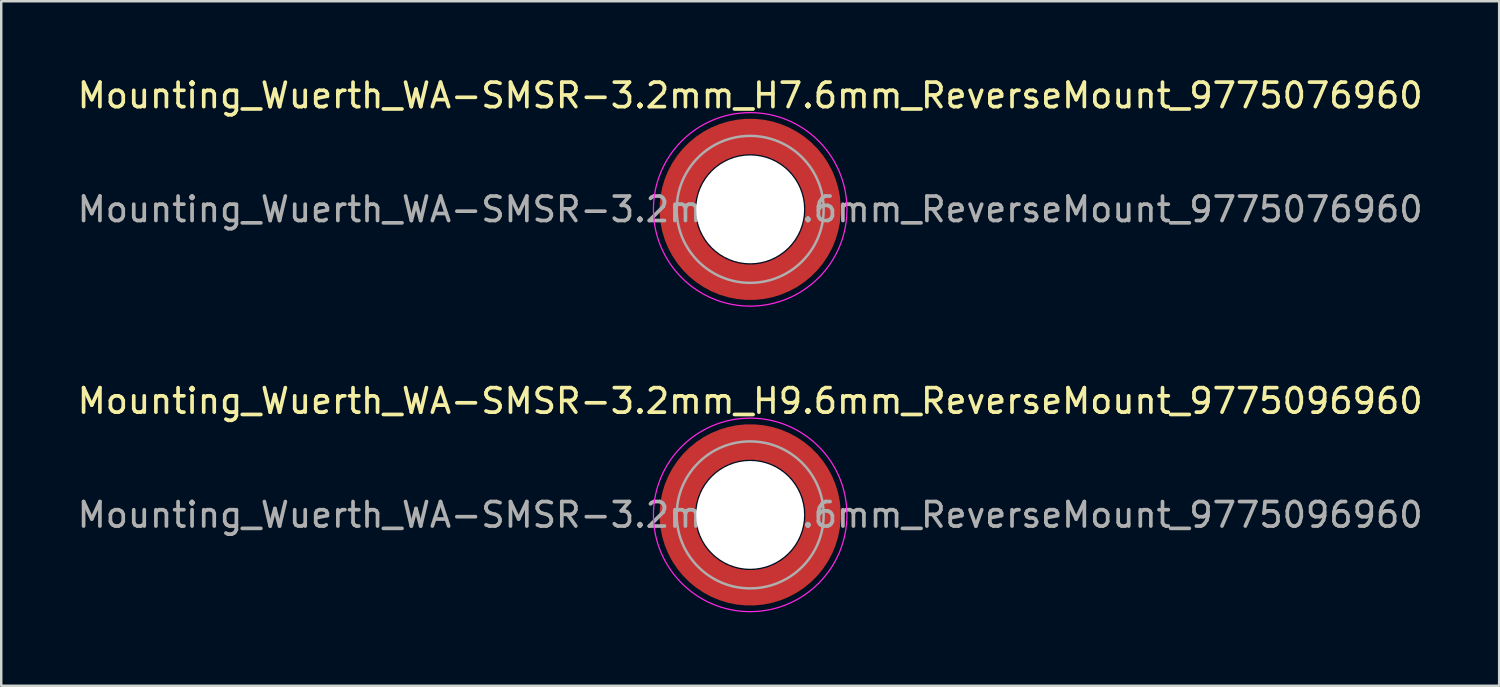
<source format=kicad_pcb>
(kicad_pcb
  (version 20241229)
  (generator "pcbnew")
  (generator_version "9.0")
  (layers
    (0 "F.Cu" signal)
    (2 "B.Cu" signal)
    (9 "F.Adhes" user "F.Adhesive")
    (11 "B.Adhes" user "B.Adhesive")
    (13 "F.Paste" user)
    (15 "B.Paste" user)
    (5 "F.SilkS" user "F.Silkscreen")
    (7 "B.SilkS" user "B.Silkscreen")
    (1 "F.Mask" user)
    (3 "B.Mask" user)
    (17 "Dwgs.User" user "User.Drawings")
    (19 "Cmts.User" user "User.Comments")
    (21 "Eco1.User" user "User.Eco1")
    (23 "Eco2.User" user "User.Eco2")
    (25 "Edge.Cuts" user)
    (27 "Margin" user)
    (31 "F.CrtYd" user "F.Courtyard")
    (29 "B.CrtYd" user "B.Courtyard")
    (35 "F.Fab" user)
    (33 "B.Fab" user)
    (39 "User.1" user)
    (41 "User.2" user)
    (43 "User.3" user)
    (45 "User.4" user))
  (footprint "Mounting_Wuerth_WA-SMSR-3.2mm_H9.6mm_ReverseMount_9775096960"
    (layer "F.Cu")
    (at 27.577 17.971)
    (property "Reference" "Mounting_Wuerth_WA-SMSR-3.2mm_H9.6mm_ReverseMount_9775096960" (at 0 -4.65 0) (layer "F.SilkS") (effects (font (size 1 1) (thickness 0.15))))
    (property "Mouser Part no." "" (at 0 0 0) (layer "F.Fab") (effects (font (size 1.27 1.27) (thickness 0.15))))
    (property "Mouser link" "" (at 0 0 0) (layer "F.Fab") (effects (font (size 1.27 1.27) (thickness 0.15))))
    (attr smd)
    (fp_circle (center 0 0) (end 3.95 0) (stroke (width 0.05) (type solid)) (fill no) (layer "F.CrtYd"))
    (fp_circle (center 0 0) (end 3 0) (stroke (width 0.1) (type solid)) (fill no) (layer "F.Fab"))
    (fp_text user "${REFERENCE}" (at 0 0 0) (layer "F.Fab") (effects (font (size 1 1) (thickness 0.15))))
    (pad "" smd custom (at -2.095 -2.095) (size 0.945 0.945) (layers "F.Paste") (options (anchor circle)) (primitives (gr_arc (start -0.24231 1.594804) (mid 0.404104 0.405534) (end 1.592827 -0.241886) (width 0.2)) (gr_arc (start -0.3398 1.594804) (mid 0.335987 0.338711) (end 1.591031 -0.339022) (width 0.2)) (gr_arc (start -0.437132 1.594804) (mid 0.268952 0.270807) (end 1.592231 -0.436623) (width 0.2)) (gr_arc (start -0.534324 1.594804) (mid 0.201345 0.203474) (end 1.591846 -0.53376) (width 0.2)) (gr_arc (start -0.631391 1.594804) (mid 0.134696 0.135183) (end 1.594126 -0.631267) (width 0.2)) (gr_arc (start -0.728345 1.594804) (mid 0.067234 0.067705) (end 1.594149 -0.728229) (width 0.2)) (gr_arc (start -0.825197 1.594804) (mid -0.001218 0.001219) (end 1.591408 -0.824614) (width 0.2)) (gr_arc (start -0.921958 1.594804) (mid -0.068952 -0.065985) (end 1.590665 -0.921269) (width 0.2)) (gr_arc (start -1.018637 1.594804) (mid -0.135972 -0.133907) (end 1.59192 -1.018172) (width 0.2)) (gr_arc (start -1.115239 1.594804) (mid -0.20428 -0.200537) (end 1.589574 -1.11442) (width 0.2)) (gr_arc (start -1.211773 1.594804) (mid -0.26993 -0.269828) (end 1.594662 -1.211751) (width 0.2)) (gr_arc (start -1.308244 1.594804) (mid -0.33911 -0.335587) (end 1.589875 -1.307516) (width 0.2)) (gr_arc (start -1.404657 1.594804) (mid -0.405633 -0.404004) (end 1.592524 -1.404331) (width 0.2)) (gr_arc (start -1.404657 1.594804) (mid -0.405633 -0.404004) (end 1.592524 -1.404331) (width 0.2)) (gr_line (start 1.595 -0.242) (end 1.595 -1.405) (width 0.2)) (gr_line (start -0.242 1.595) (end -1.405 1.595) (width 0.2))))
    (pad "" smd custom (at -2.095 2.095) (size 0.945 0.945) (layers "F.Paste") (options (anchor circle)) (primitives (gr_arc (start 1.594804 0.24231) (mid 0.405534 -0.404104) (end -0.241886 -1.592827) (width 0.2)) (gr_arc (start 1.594804 0.3398) (mid 0.338711 -0.335987) (end -0.339022 -1.591031) (width 0.2)) (gr_arc (start 1.594804 0.437132) (mid 0.270807 -0.268952) (end -0.436623 -1.592231) (width 0.2)) (gr_arc (start 1.594804 0.534324) (mid 0.203474 -0.201345) (end -0.53376 -1.591846) (width 0.2)) (gr_arc (start 1.594804 0.631391) (mid 0.135183 -0.134696) (end -0.631267 -1.594126) (width 0.2)) (gr_arc (start 1.594804 0.728345) (mid 0.067705 -0.067234) (end -0.728229 -1.594149) (width 0.2)) (gr_arc (start 1.594804 0.825197) (mid 0.001219 0.001218) (end -0.824614 -1.591408) (width 0.2)) (gr_arc (start 1.594804 0.921958) (mid -0.065985 0.068952) (end -0.921269 -1.590665) (width 0.2)) (gr_arc (start 1.594804 1.018637) (mid -0.133907 0.135972) (end -1.018172 -1.59192) (width 0.2)) (gr_arc (start 1.594804 1.115239) (mid -0.200537 0.20428) (end -1.11442 -1.589574) (width 0.2)) (gr_arc (start 1.594804 1.211773) (mid -0.269828 0.26993) (end -1.211751 -1.594662) (width 0.2)) (gr_arc (start 1.594804 1.308244) (mid -0.335587 0.33911) (end -1.307516 -1.589875) (width 0.2)) (gr_arc (start 1.594804 1.404657) (mid -0.404004 0.405633) (end -1.404331 -1.592524) (width 0.2)) (gr_arc (start 1.594804 1.404657) (mid -0.404004 0.405633) (end -1.404331 -1.592524) (width 0.2)) (gr_line (start -0.242 -1.595) (end -1.405 -1.595) (width 0.2)) (gr_line (start 1.595 0.242) (end 1.595 1.405) (width 0.2))))
    (pad "" np_thru_hole circle (at 0 0) (size 4.4 4.4) (drill 4.4) (layers "*.Cu" "*.Mask"))
    (pad "" smd custom (at 2.095 -2.095) (size 0.945 0.945) (layers "F.Paste") (options (anchor circle)) (primitives (gr_arc (start -1.594804 -0.24231) (mid -0.405534 0.404104) (end 0.241886 1.592827) (width 0.2)) (gr_arc (start -1.594804 -0.3398) (mid -0.338711 0.335987) (end 0.339022 1.591031) (width 0.2)) (gr_arc (start -1.594804 -0.437132) (mid -0.270807 0.268952) (end 0.436623 1.592231) (width 0.2)) (gr_arc (start -1.594804 -0.534324) (mid -0.203474 0.201345) (end 0.53376 1.591846) (width 0.2)) (gr_arc (start -1.594804 -0.631391) (mid -0.135183 0.134696) (end 0.631267 1.594126) (width 0.2)) (gr_arc (start -1.594804 -0.728345) (mid -0.067705 0.067234) (end 0.728229 1.594149) (width 0.2)) (gr_arc (start -1.594804 -0.825197) (mid -0.001219 -0.001218) (end 0.824614 1.591408) (width 0.2)) (gr_arc (start -1.594804 -0.921958) (mid 0.065985 -0.068952) (end 0.921269 1.590665) (width 0.2)) (gr_arc (start -1.594804 -1.018637) (mid 0.133907 -0.135972) (end 1.018172 1.59192) (width 0.2)) (gr_arc (start -1.594804 -1.115239) (mid 0.200537 -0.20428) (end 1.11442 1.589574) (width 0.2)) (gr_arc (start -1.594804 -1.211773) (mid 0.269828 -0.26993) (end 1.211751 1.594662) (width 0.2)) (gr_arc (start -1.594804 -1.308244) (mid 0.335587 -0.33911) (end 1.307516 1.589875) (width 0.2)) (gr_arc (start -1.594804 -1.404657) (mid 0.404004 -0.405633) (end 1.404331 1.592524) (width 0.2)) (gr_arc (start -1.594804 -1.404657) (mid 0.404004 -0.405633) (end 1.404331 1.592524) (width 0.2)) (gr_line (start 0.242 1.595) (end 1.405 1.595) (width 0.2)) (gr_line (start -1.595 -0.242) (end -1.595 -1.405) (width 0.2))))
    (pad "" smd custom (at 2.095 2.095) (size 0.945 0.945) (layers "F.Paste") (options (anchor circle)) (primitives (gr_arc (start 0.24231 -1.594804) (mid -0.404104 -0.405534) (end -1.592827 0.241886) (width 0.2)) (gr_arc (start 0.3398 -1.594804) (mid -0.335987 -0.338711) (end -1.591031 0.339022) (width 0.2)) (gr_arc (start 0.437132 -1.594804) (mid -0.268952 -0.270807) (end -1.592231 0.436623) (width 0.2)) (gr_arc (start 0.534324 -1.594804) (mid -0.201345 -0.203474) (end -1.591846 0.53376) (width 0.2)) (gr_arc (start 0.631391 -1.594804) (mid -0.134696 -0.135183) (end -1.594126 0.631267) (width 0.2)) (gr_arc (start 0.728345 -1.594804) (mid -0.067234 -0.067705) (end -1.594149 0.728229) (width 0.2)) (gr_arc (start 0.825197 -1.594804) (mid 0.001218 -0.001219) (end -1.591408 0.824614) (width 0.2)) (gr_arc (start 0.921958 -1.594804) (mid 0.068952 0.065985) (end -1.590665 0.921269) (width 0.2)) (gr_arc (start 1.018637 -1.594804) (mid 0.135972 0.133907) (end -1.59192 1.018172) (width 0.2)) (gr_arc (start 1.115239 -1.594804) (mid 0.20428 0.200537) (end -1.589574 1.11442) (width 0.2)) (gr_arc (start 1.211773 -1.594804) (mid 0.26993 0.269828) (end -1.594662 1.211751) (width 0.2)) (gr_arc (start 1.308244 -1.594804) (mid 0.33911 0.335587) (end -1.589875 1.307516) (width 0.2)) (gr_arc (start 1.404657 -1.594804) (mid 0.405633 0.404004) (end -1.592524 1.404331) (width 0.2)) (gr_arc (start 1.404657 -1.594804) (mid 0.405633 0.404004) (end -1.592524 1.404331) (width 0.2)) (gr_line (start -1.595 0.242) (end -1.595 1.405) (width 0.2)) (gr_line (start 0.242 -1.595) (end 1.405 -1.595) (width 0.2))))
    (pad "1" smd circle (at -2.975 0) (size 1.05 1.05) (layers "F.Cu"))
    (pad "1" smd circle (at 0 -2.975) (size 1.05 1.05) (layers "F.Cu"))
    (pad "1" smd circle (at 0 2.975) (size 1.05 1.05) (layers "F.Cu"))
    (pad "1" smd custom (at 2.975 0) (size 1.05 1.05) (layers "F.Cu" "F.Mask") (options (anchor circle)) (primitives (gr_circle (center -2.975 0) (end 0 0) (width 1.45) (fill no)))))
  (footprint "Mounting_Wuerth_WA-SMSR-3.2mm_H7.6mm_ReverseMount_9775076960"
    (layer "F.Cu")
    (at 27.577 5.498)
    (property "Reference" "Mounting_Wuerth_WA-SMSR-3.2mm_H7.6mm_ReverseMount_9775076960" (at 0 -4.65 0) (layer "F.SilkS") (effects (font (size 1 1) (thickness 0.15))))
    (property "Mouser Part no." "" (at 0 0 0) (layer "F.Fab") (effects (font (size 1.27 1.27) (thickness 0.15))))
    (property "Mouser link" "" (at 0 0 0) (layer "F.Fab") (effects (font (size 1.27 1.27) (thickness 0.15))))
    (attr smd)
    (fp_circle (center 0 0) (end 3.95 0) (stroke (width 0.05) (type solid)) (fill no) (layer "F.CrtYd"))
    (fp_circle (center 0 0) (end 3 0) (stroke (width 0.1) (type solid)) (fill no) (layer "F.Fab"))
    (fp_text user "${REFERENCE}" (at 0 0 0) (layer "F.Fab") (effects (font (size 1 1) (thickness 0.15))))
    (pad "" smd custom (at -2.095 -2.095) (size 0.945 0.945) (layers "F.Paste") (options (anchor circle)) (primitives (gr_arc (start -0.24231 1.594804) (mid 0.404104 0.405534) (end 1.592827 -0.241886) (width 0.2)) (gr_arc (start -0.3398 1.594804) (mid 0.335987 0.338711) (end 1.591031 -0.339022) (width 0.2)) (gr_arc (start -0.437132 1.594804) (mid 0.268952 0.270807) (end 1.592231 -0.436623) (width 0.2)) (gr_arc (start -0.534324 1.594804) (mid 0.201345 0.203474) (end 1.591846 -0.53376) (width 0.2)) (gr_arc (start -0.631391 1.594804) (mid 0.134696 0.135183) (end 1.594126 -0.631267) (width 0.2)) (gr_arc (start -0.728345 1.594804) (mid 0.067234 0.067705) (end 1.594149 -0.728229) (width 0.2)) (gr_arc (start -0.825197 1.594804) (mid -0.001218 0.001219) (end 1.591408 -0.824614) (width 0.2)) (gr_arc (start -0.921958 1.594804) (mid -0.068952 -0.065985) (end 1.590665 -0.921269) (width 0.2)) (gr_arc (start -1.018637 1.594804) (mid -0.135972 -0.133907) (end 1.59192 -1.018172) (width 0.2)) (gr_arc (start -1.115239 1.594804) (mid -0.20428 -0.200537) (end 1.589574 -1.11442) (width 0.2)) (gr_arc (start -1.211773 1.594804) (mid -0.26993 -0.269828) (end 1.594662 -1.211751) (width 0.2)) (gr_arc (start -1.308244 1.594804) (mid -0.33911 -0.335587) (end 1.589875 -1.307516) (width 0.2)) (gr_arc (start -1.404657 1.594804) (mid -0.405633 -0.404004) (end 1.592524 -1.404331) (width 0.2)) (gr_arc (start -1.404657 1.594804) (mid -0.405633 -0.404004) (end 1.592524 -1.404331) (width 0.2)) (gr_line (start 1.595 -0.242) (end 1.595 -1.405) (width 0.2)) (gr_line (start -0.242 1.595) (end -1.405 1.595) (width 0.2))))
    (pad "" smd custom (at -2.095 2.095) (size 0.945 0.945) (layers "F.Paste") (options (anchor circle)) (primitives (gr_arc (start 1.594804 0.24231) (mid 0.405534 -0.404104) (end -0.241886 -1.592827) (width 0.2)) (gr_arc (start 1.594804 0.3398) (mid 0.338711 -0.335987) (end -0.339022 -1.591031) (width 0.2)) (gr_arc (start 1.594804 0.437132) (mid 0.270807 -0.268952) (end -0.436623 -1.592231) (width 0.2)) (gr_arc (start 1.594804 0.534324) (mid 0.203474 -0.201345) (end -0.53376 -1.591846) (width 0.2)) (gr_arc (start 1.594804 0.631391) (mid 0.135183 -0.134696) (end -0.631267 -1.594126) (width 0.2)) (gr_arc (start 1.594804 0.728345) (mid 0.067705 -0.067234) (end -0.728229 -1.594149) (width 0.2)) (gr_arc (start 1.594804 0.825197) (mid 0.001219 0.001218) (end -0.824614 -1.591408) (width 0.2)) (gr_arc (start 1.594804 0.921958) (mid -0.065985 0.068952) (end -0.921269 -1.590665) (width 0.2)) (gr_arc (start 1.594804 1.018637) (mid -0.133907 0.135972) (end -1.018172 -1.59192) (width 0.2)) (gr_arc (start 1.594804 1.115239) (mid -0.200537 0.20428) (end -1.11442 -1.589574) (width 0.2)) (gr_arc (start 1.594804 1.211773) (mid -0.269828 0.26993) (end -1.211751 -1.594662) (width 0.2)) (gr_arc (start 1.594804 1.308244) (mid -0.335587 0.33911) (end -1.307516 -1.589875) (width 0.2)) (gr_arc (start 1.594804 1.404657) (mid -0.404004 0.405633) (end -1.404331 -1.592524) (width 0.2)) (gr_arc (start 1.594804 1.404657) (mid -0.404004 0.405633) (end -1.404331 -1.592524) (width 0.2)) (gr_line (start -0.242 -1.595) (end -1.405 -1.595) (width 0.2)) (gr_line (start 1.595 0.242) (end 1.595 1.405) (width 0.2))))
    (pad "" np_thru_hole circle (at 0 0) (size 4.4 4.4) (drill 4.4) (layers "*.Cu" "*.Mask"))
    (pad "" smd custom (at 2.095 -2.095) (size 0.945 0.945) (layers "F.Paste") (options (anchor circle)) (primitives (gr_arc (start -1.594804 -0.24231) (mid -0.405534 0.404104) (end 0.241886 1.592827) (width 0.2)) (gr_arc (start -1.594804 -0.3398) (mid -0.338711 0.335987) (end 0.339022 1.591031) (width 0.2)) (gr_arc (start -1.594804 -0.437132) (mid -0.270807 0.268952) (end 0.436623 1.592231) (width 0.2)) (gr_arc (start -1.594804 -0.534324) (mid -0.203474 0.201345) (end 0.53376 1.591846) (width 0.2)) (gr_arc (start -1.594804 -0.631391) (mid -0.135183 0.134696) (end 0.631267 1.594126) (width 0.2)) (gr_arc (start -1.594804 -0.728345) (mid -0.067705 0.067234) (end 0.728229 1.594149) (width 0.2)) (gr_arc (start -1.594804 -0.825197) (mid -0.001219 -0.001218) (end 0.824614 1.591408) (width 0.2)) (gr_arc (start -1.594804 -0.921958) (mid 0.065985 -0.068952) (end 0.921269 1.590665) (width 0.2)) (gr_arc (start -1.594804 -1.018637) (mid 0.133907 -0.135972) (end 1.018172 1.59192) (width 0.2)) (gr_arc (start -1.594804 -1.115239) (mid 0.200537 -0.20428) (end 1.11442 1.589574) (width 0.2)) (gr_arc (start -1.594804 -1.211773) (mid 0.269828 -0.26993) (end 1.211751 1.594662) (width 0.2)) (gr_arc (start -1.594804 -1.308244) (mid 0.335587 -0.33911) (end 1.307516 1.589875) (width 0.2)) (gr_arc (start -1.594804 -1.404657) (mid 0.404004 -0.405633) (end 1.404331 1.592524) (width 0.2)) (gr_arc (start -1.594804 -1.404657) (mid 0.404004 -0.405633) (end 1.404331 1.592524) (width 0.2)) (gr_line (start 0.242 1.595) (end 1.405 1.595) (width 0.2)) (gr_line (start -1.595 -0.242) (end -1.595 -1.405) (width 0.2))))
    (pad "" smd custom (at 2.095 2.095) (size 0.945 0.945) (layers "F.Paste") (options (anchor circle)) (primitives (gr_arc (start 0.24231 -1.594804) (mid -0.404104 -0.405534) (end -1.592827 0.241886) (width 0.2)) (gr_arc (start 0.3398 -1.594804) (mid -0.335987 -0.338711) (end -1.591031 0.339022) (width 0.2)) (gr_arc (start 0.437132 -1.594804) (mid -0.268952 -0.270807) (end -1.592231 0.436623) (width 0.2)) (gr_arc (start 0.534324 -1.594804) (mid -0.201345 -0.203474) (end -1.591846 0.53376) (width 0.2)) (gr_arc (start 0.631391 -1.594804) (mid -0.134696 -0.135183) (end -1.594126 0.631267) (width 0.2)) (gr_arc (start 0.728345 -1.594804) (mid -0.067234 -0.067705) (end -1.594149 0.728229) (width 0.2)) (gr_arc (start 0.825197 -1.594804) (mid 0.001218 -0.001219) (end -1.591408 0.824614) (width 0.2)) (gr_arc (start 0.921958 -1.594804) (mid 0.068952 0.065985) (end -1.590665 0.921269) (width 0.2)) (gr_arc (start 1.018637 -1.594804) (mid 0.135972 0.133907) (end -1.59192 1.018172) (width 0.2)) (gr_arc (start 1.115239 -1.594804) (mid 0.20428 0.200537) (end -1.589574 1.11442) (width 0.2)) (gr_arc (start 1.211773 -1.594804) (mid 0.26993 0.269828) (end -1.594662 1.211751) (width 0.2)) (gr_arc (start 1.308244 -1.594804) (mid 0.33911 0.335587) (end -1.589875 1.307516) (width 0.2)) (gr_arc (start 1.404657 -1.594804) (mid 0.405633 0.404004) (end -1.592524 1.404331) (width 0.2)) (gr_arc (start 1.404657 -1.594804) (mid 0.405633 0.404004) (end -1.592524 1.404331) (width 0.2)) (gr_line (start -1.595 0.242) (end -1.595 1.405) (width 0.2)) (gr_line (start 0.242 -1.595) (end 1.405 -1.595) (width 0.2))))
    (pad "1" smd circle (at -2.975 0) (size 1.05 1.05) (layers "F.Cu"))
    (pad "1" smd circle (at 0 -2.975) (size 1.05 1.05) (layers "F.Cu"))
    (pad "1" smd circle (at 0 2.975) (size 1.05 1.05) (layers "F.Cu"))
    (pad "1" smd custom (at 2.975 0) (size 1.05 1.05) (layers "F.Cu" "F.Mask") (options (anchor circle)) (primitives (gr_circle (center -2.975 0) (end 0 0) (width 1.45) (fill no)))))
  (gr_rect
    (start -3 -3)
    (end 58.155 24.947)
    (stroke (width 0.1) (type default))
    (fill no)
    (layer "Edge.Cuts")))
</source>
